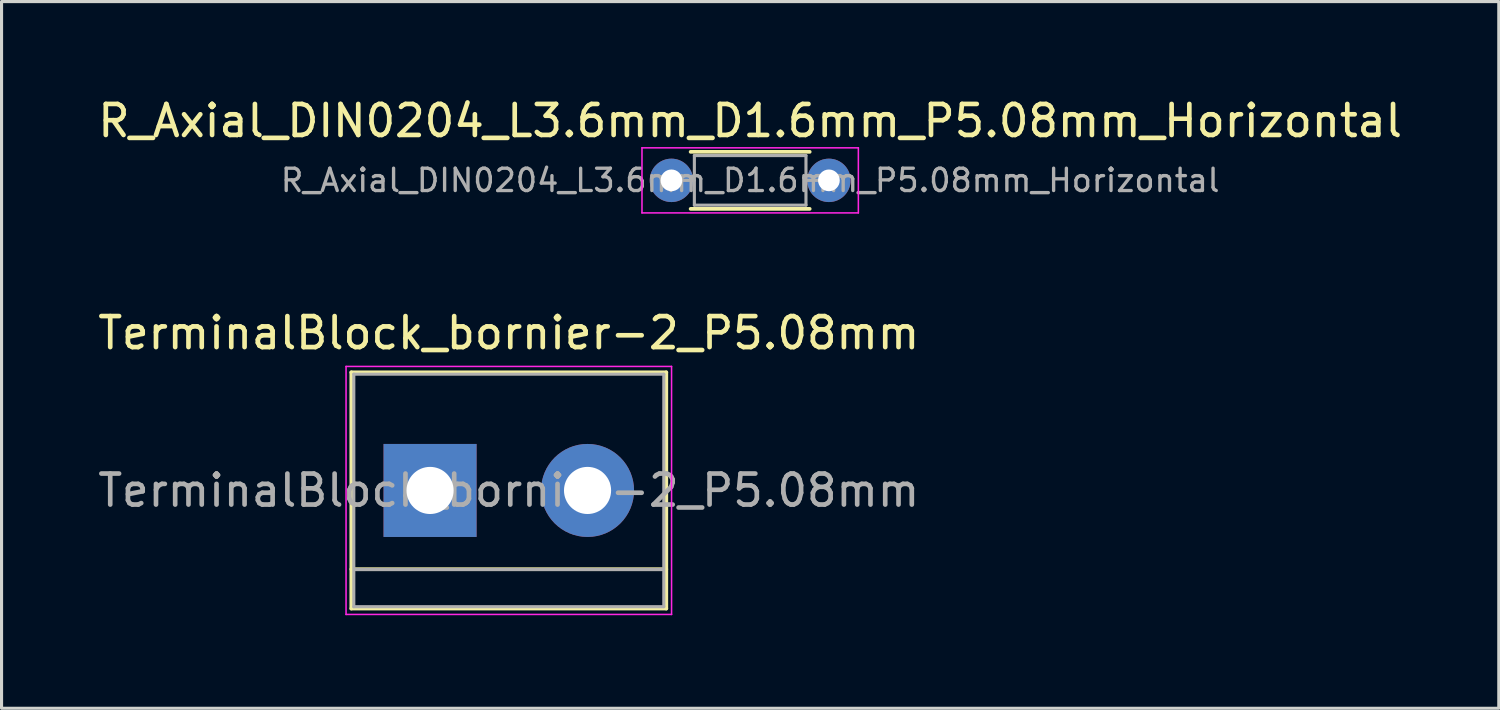
<source format=kicad_pcb>
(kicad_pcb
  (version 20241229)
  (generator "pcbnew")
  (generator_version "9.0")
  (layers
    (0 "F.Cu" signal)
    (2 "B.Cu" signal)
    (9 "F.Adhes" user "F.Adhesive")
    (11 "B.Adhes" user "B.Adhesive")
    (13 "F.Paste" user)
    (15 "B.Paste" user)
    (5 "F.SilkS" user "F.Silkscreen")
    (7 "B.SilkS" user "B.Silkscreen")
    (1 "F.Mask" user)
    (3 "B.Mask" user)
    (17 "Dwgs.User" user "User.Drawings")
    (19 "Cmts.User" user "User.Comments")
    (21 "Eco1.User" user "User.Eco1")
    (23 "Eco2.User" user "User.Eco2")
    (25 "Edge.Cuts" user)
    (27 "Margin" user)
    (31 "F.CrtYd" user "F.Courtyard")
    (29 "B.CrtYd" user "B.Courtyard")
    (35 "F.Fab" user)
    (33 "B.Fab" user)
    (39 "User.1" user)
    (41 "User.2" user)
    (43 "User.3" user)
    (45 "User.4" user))
  (footprint "R_Axial_DIN0204_L3.6mm_D1.6mm_P5.08mm_Horizontal"
    (layer "F.Cu")
    (at 18.609 2.768)
    (property "Reference" "R_Axial_DIN0204_L3.6mm_D1.6mm_P5.08mm_Horizontal" (at 2.54 -1.92 0) (layer "F.SilkS") (effects (font (size 1 1) (thickness 0.15))))
    (attr through_hole)
    (fp_line (start 0.62 -0.92) (end 4.46 -0.92) (stroke (width 0.12) (type solid)) (layer "F.SilkS"))
    (fp_line (start 0.62 0.92) (end 4.46 0.92) (stroke (width 0.12) (type solid)) (layer "F.SilkS"))
    (fp_line (start -0.95 -1.05) (end -0.95 1.05) (stroke (width 0.05) (type solid)) (layer "F.CrtYd"))
    (fp_line (start -0.95 1.05) (end 6.03 1.05) (stroke (width 0.05) (type solid)) (layer "F.CrtYd"))
    (fp_line (start 6.03 -1.05) (end -0.95 -1.05) (stroke (width 0.05) (type solid)) (layer "F.CrtYd"))
    (fp_line (start 6.03 1.05) (end 6.03 -1.05) (stroke (width 0.05) (type solid)) (layer "F.CrtYd"))
    (fp_line (start 0 0) (end 0.74 0) (stroke (width 0.1) (type solid)) (layer "F.Fab"))
    (fp_line (start 0.74 -0.8) (end 0.74 0.8) (stroke (width 0.1) (type solid)) (layer "F.Fab"))
    (fp_line (start 0.74 0.8) (end 4.34 0.8) (stroke (width 0.1) (type solid)) (layer "F.Fab"))
    (fp_line (start 4.34 -0.8) (end 0.74 -0.8) (stroke (width 0.1) (type solid)) (layer "F.Fab"))
    (fp_line (start 4.34 0.8) (end 4.34 -0.8) (stroke (width 0.1) (type solid)) (layer "F.Fab"))
    (fp_line (start 5.08 0) (end 4.34 0) (stroke (width 0.1) (type solid)) (layer "F.Fab"))
    (fp_text user "${REFERENCE}" (at 2.54 0 0) (layer "F.Fab") (effects (font (size 0.72 0.72) (thickness 0.108))))
    (pad "1" thru_hole circle (at 0 0) (size 1.4 1.4) (drill 0.7) (layers "*.Cu" "*.Mask"))
    (pad "2" thru_hole oval (at 5.08 0) (size 1.4 1.4) (drill 0.7) (layers "*.Cu" "*.Mask")))
  (footprint "TerminalBlock_bornier-2_P5.08mm"
    (layer "F.Cu")
    (at 10.823 12.771)
    (property "Reference" "TerminalBlock_bornier-2_P5.08mm" (at 2.54 -5.08 0) (layer "F.SilkS") (effects (font (size 1 1) (thickness 0.15))))
    (attr through_hole)
    (fp_line (start -2.54 -3.81) (end -2.54 3.81) (stroke (width 0.12) (type solid)) (layer "F.SilkS"))
    (fp_line (start -2.54 3.81) (end 7.62 3.81) (stroke (width 0.12) (type solid)) (layer "F.SilkS"))
    (fp_line (start 7.62 -3.81) (end -2.54 -3.81) (stroke (width 0.12) (type solid)) (layer "F.SilkS"))
    (fp_line (start 7.62 2.54) (end -2.54 2.54) (stroke (width 0.12) (type solid)) (layer "F.SilkS"))
    (fp_line (start 7.62 3.81) (end 7.62 -3.81) (stroke (width 0.12) (type solid)) (layer "F.SilkS"))
    (fp_line (start -2.71 -4) (end -2.71 4) (stroke (width 0.05) (type solid)) (layer "F.CrtYd"))
    (fp_line (start -2.71 -4) (end 7.79 -4) (stroke (width 0.05) (type solid)) (layer "F.CrtYd"))
    (fp_line (start 7.79 4) (end -2.71 4) (stroke (width 0.05) (type solid)) (layer "F.CrtYd"))
    (fp_line (start 7.79 4) (end 7.79 -4) (stroke (width 0.05) (type solid)) (layer "F.CrtYd"))
    (fp_line (start -2.46 -3.75) (end -2.46 3.75) (stroke (width 0.1) (type solid)) (layer "F.Fab"))
    (fp_line (start -2.46 3.75) (end 7.54 3.75) (stroke (width 0.1) (type solid)) (layer "F.Fab"))
    (fp_line (start -2.41 2.55) (end 7.49 2.55) (stroke (width 0.1) (type solid)) (layer "F.Fab"))
    (fp_line (start 7.54 -3.75) (end -2.46 -3.75) (stroke (width 0.1) (type solid)) (layer "F.Fab"))
    (fp_line (start 7.54 3.75) (end 7.54 -3.75) (stroke (width 0.1) (type solid)) (layer "F.Fab"))
    (fp_text user "${REFERENCE}" (at 2.54 0 0) (layer "F.Fab") (effects (font (size 1 1) (thickness 0.15))))
    (pad "1" thru_hole rect (at 0 0) (size 3 3) (drill 1.52) (layers "*.Cu" "*.Mask"))
    (pad "2" thru_hole circle (at 5.08 0) (size 3 3) (drill 1.52) (layers "*.Cu" "*.Mask")))
  (gr_rect
    (start -3 -3)
    (end 45.298 19.797)
    (stroke (width 0.1) (type default))
    (fill no)
    (layer "Edge.Cuts")))
</source>
